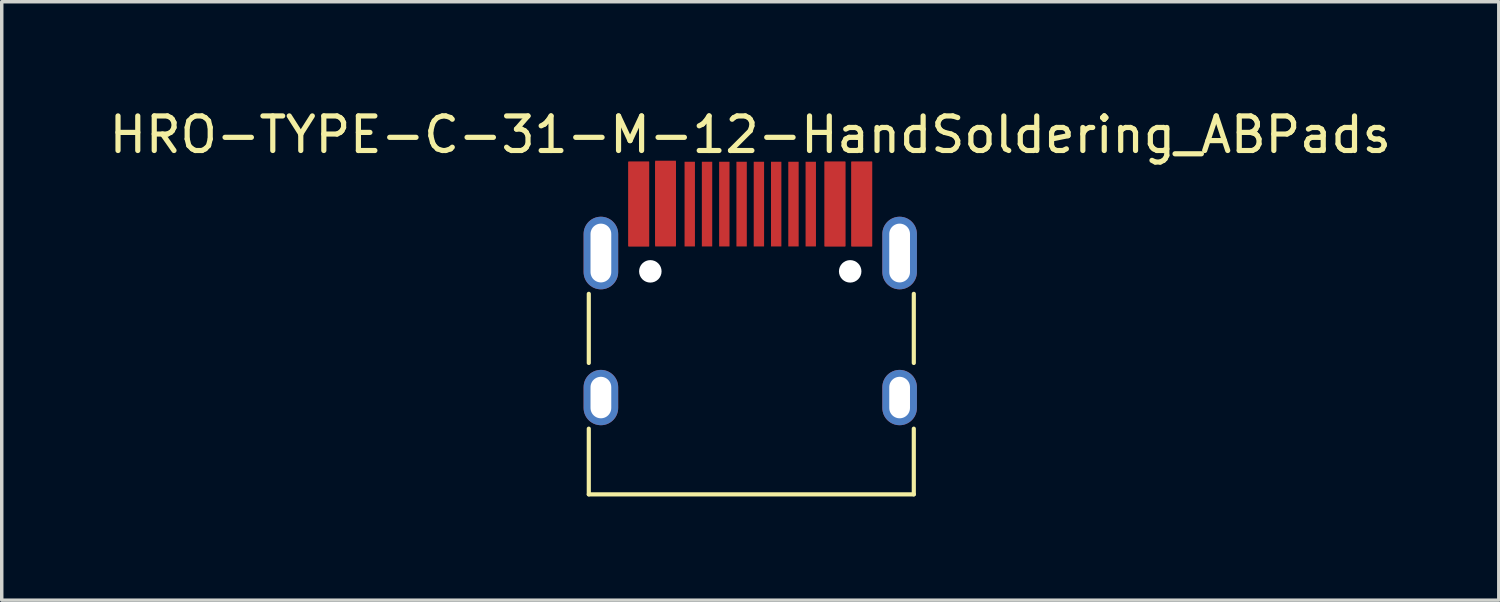
<source format=kicad_pcb>
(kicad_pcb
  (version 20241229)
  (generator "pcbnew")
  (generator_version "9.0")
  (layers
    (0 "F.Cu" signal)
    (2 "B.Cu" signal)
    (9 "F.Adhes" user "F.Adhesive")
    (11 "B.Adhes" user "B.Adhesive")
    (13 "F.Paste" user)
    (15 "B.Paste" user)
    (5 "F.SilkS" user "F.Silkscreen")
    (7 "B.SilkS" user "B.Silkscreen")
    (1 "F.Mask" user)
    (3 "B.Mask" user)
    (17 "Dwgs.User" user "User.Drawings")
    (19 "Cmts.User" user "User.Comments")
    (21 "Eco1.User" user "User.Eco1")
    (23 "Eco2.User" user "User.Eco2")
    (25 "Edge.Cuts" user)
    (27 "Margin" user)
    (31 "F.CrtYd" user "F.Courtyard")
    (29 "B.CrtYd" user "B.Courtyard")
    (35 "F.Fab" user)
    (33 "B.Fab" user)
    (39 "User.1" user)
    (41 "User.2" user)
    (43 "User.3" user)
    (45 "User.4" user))
  (footprint "HRO-TYPE-C-31-M-12-HandSoldering_ABPads"
    (layer "F.Cu")
    (at 18.649 11.048)
    (property "Reference" "HRO-TYPE-C-31-M-12-HandSoldering_ABPads" (at 0 -10.2 0) (layer "F.SilkS") (effects (font (size 1 1) (thickness 0.15))))
    (attr smd)
    (fp_line (start -4.67 -5.6) (end -4.67 -3.6) (stroke (width 0.12) (type solid)) (layer "F.SilkS"))
    (fp_line (start -4.67 -1.7) (end -4.67 0.2) (stroke (width 0.12) (type solid)) (layer "F.SilkS"))
    (fp_line (start -4.67 0.2) (end 4.73 0.2) (stroke (width 0.12) (type solid)) (layer "F.SilkS"))
    (fp_line (start 4.73 -5.6) (end 4.73 -3.6) (stroke (width 0.12) (type solid)) (layer "F.SilkS"))
    (fp_line (start 4.73 -1.7) (end 4.73 0.2) (stroke (width 0.12) (type solid)) (layer "F.SilkS"))
    (pad "" np_thru_hole circle (at -2.89 -6.25) (size 0.65 0.65) (drill 0.65) (layers "*.Cu" "*.Mask"))
    (pad "" np_thru_hole circle (at 2.89 -6.25) (size 0.65 0.65) (drill 0.65) (layers "*.Cu" "*.Mask"))
    (pad "A1" smd rect (at -3.225 -8.195) (size 0.6 2.45) (layers "F.Cu" "F.Mask" "F.Paste"))
    (pad "A4" smd rect (at -2.45 -8.195) (size 0.6 2.45) (layers "F.Cu" "F.Mask" "F.Paste"))
    (pad "A5" smd rect (at -1.25 -8.195) (size 0.3 2.45) (layers "F.Cu" "F.Mask" "F.Paste"))
    (pad "A6" smd rect (at -0.25 -8.195) (size 0.3 2.45) (layers "F.Cu" "F.Mask" "F.Paste"))
    (pad "A7" smd rect (at 0.25 -8.195) (size 0.3 2.45) (layers "F.Cu" "F.Mask" "F.Paste"))
    (pad "A8" smd rect (at 1.25 -8.195) (size 0.3 2.45) (layers "F.Cu" "F.Mask" "F.Paste"))
    (pad "A9" smd rect (at 2.45 -8.2) (size 0.6 2.45) (layers "F.Cu" "F.Mask" "F.Paste"))
    (pad "A12" smd rect (at 3.225 -8.195) (size 0.6 2.45) (layers "F.Cu" "F.Mask" "F.Paste"))
    (pad "B1" smd rect (at 3.225 -8.2) (size 0.6 2.45) (layers "F.Cu" "F.Mask" "F.Paste"))
    (pad "B4" smd rect (at 2.45 -8.195) (size 0.6 2.45) (layers "F.Cu" "F.Mask" "F.Paste"))
    (pad "B5" smd rect (at 1.75 -8.195) (size 0.3 2.45) (layers "F.Cu" "F.Mask" "F.Paste"))
    (pad "B6" smd rect (at 0.75 -8.195) (size 0.3 2.45) (layers "F.Cu" "F.Mask" "F.Paste"))
    (pad "B7" smd rect (at -0.75 -8.195) (size 0.3 2.45) (layers "F.Cu" "F.Mask" "F.Paste"))
    (pad "B8" smd rect (at -1.75 -8.195) (size 0.3 2.45) (layers "F.Cu" "F.Mask" "F.Paste"))
    (pad "B9" smd rect (at -2.45 -8.225) (size 0.6 2.45) (layers "F.Cu" "F.Mask" "F.Paste"))
    (pad "B12" smd rect (at -3.225 -8.2) (size 0.6 2.45) (layers "F.Cu" "F.Mask" "F.Paste"))
    (pad "S1" thru_hole oval (at -4.32 -6.78) (size 1 2.1) (drill oval 0.6 1.7) (layers "*.Cu" "*.Mask" "F.Paste"))
    (pad "S1" thru_hole oval (at -4.32 -2.6) (size 1 1.6) (drill oval 0.6 1.2) (layers "*.Cu" "*.Mask" "F.Paste"))
    (pad "S1" thru_hole oval (at 4.32 -6.78) (size 1 2.1) (drill oval 0.6 1.7) (layers "*.Cu" "*.Mask" "F.Paste"))
    (pad "S1" thru_hole oval (at 4.32 -2.6) (size 1 1.6) (drill oval 0.6 1.2) (layers "*.Cu" "*.Mask" "F.Paste")))
  (gr_rect
    (start -3 -3)
    (end 40.298 14.308)
    (stroke (width 0.1) (type default))
    (fill no)
    (layer "Edge.Cuts")))
</source>
